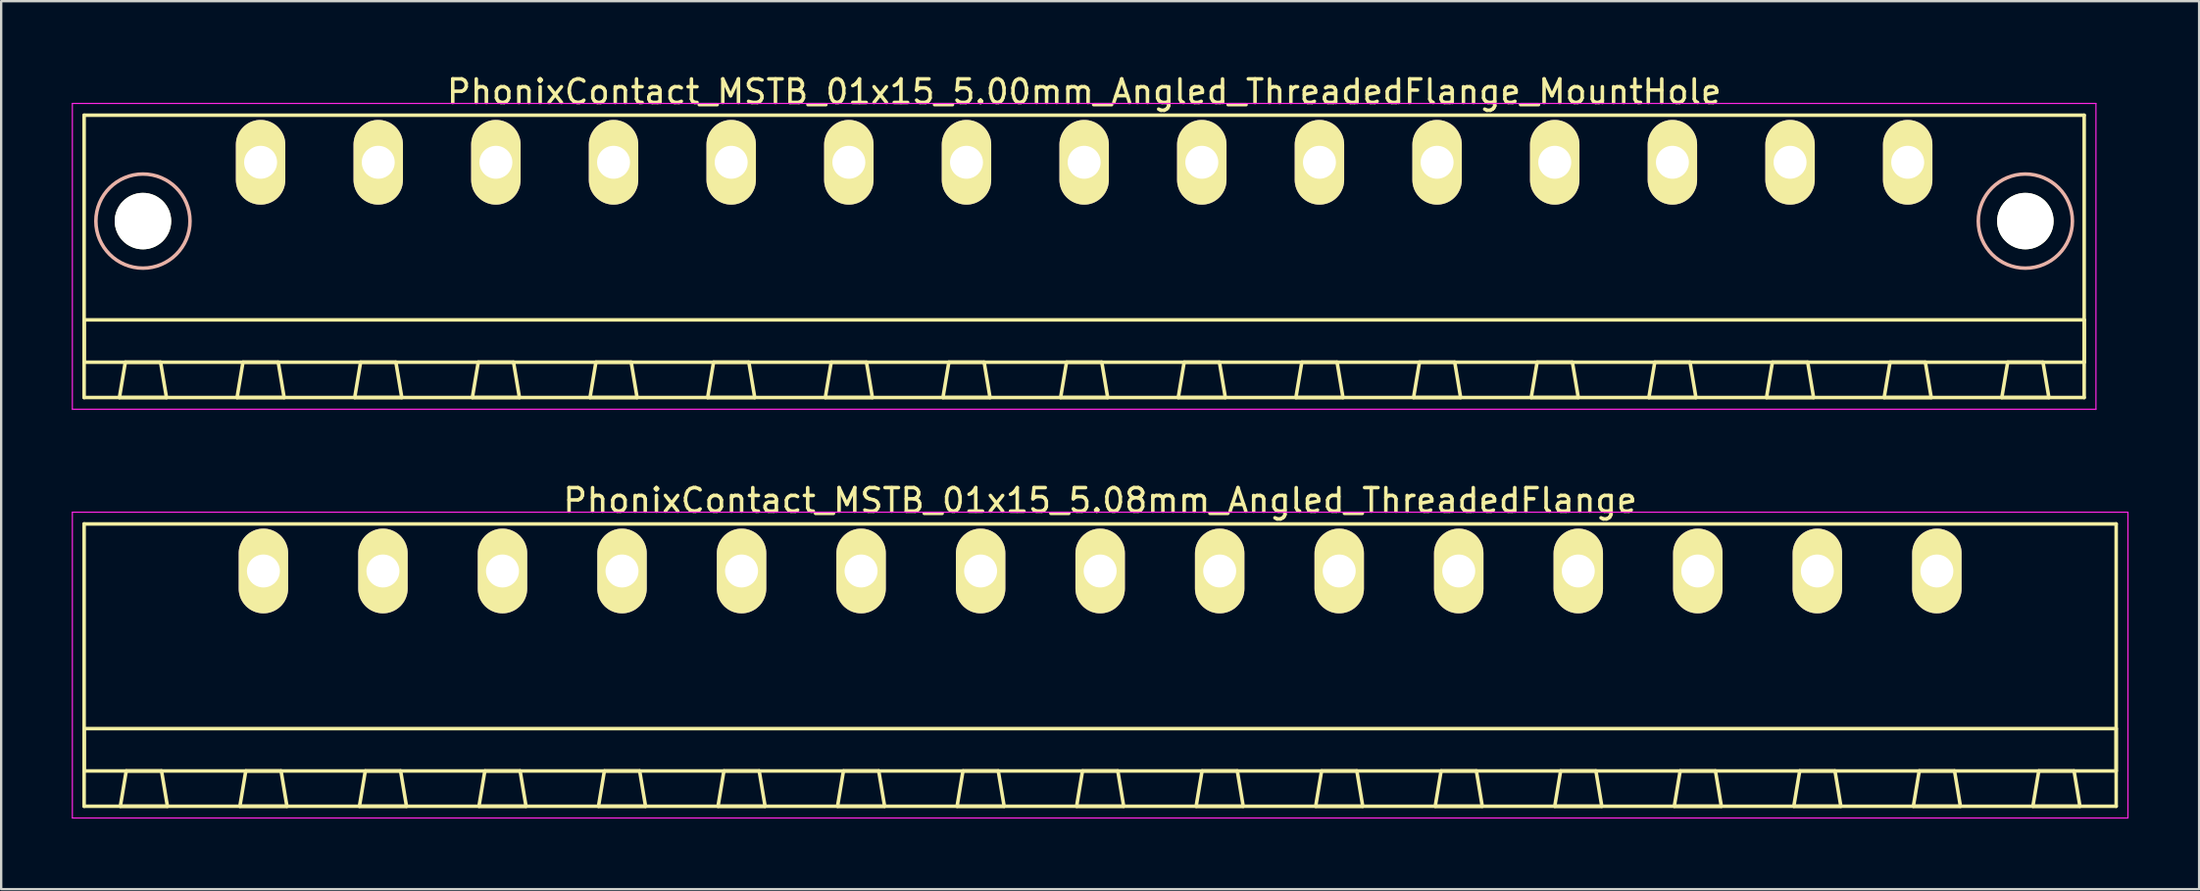
<source format=kicad_pcb>
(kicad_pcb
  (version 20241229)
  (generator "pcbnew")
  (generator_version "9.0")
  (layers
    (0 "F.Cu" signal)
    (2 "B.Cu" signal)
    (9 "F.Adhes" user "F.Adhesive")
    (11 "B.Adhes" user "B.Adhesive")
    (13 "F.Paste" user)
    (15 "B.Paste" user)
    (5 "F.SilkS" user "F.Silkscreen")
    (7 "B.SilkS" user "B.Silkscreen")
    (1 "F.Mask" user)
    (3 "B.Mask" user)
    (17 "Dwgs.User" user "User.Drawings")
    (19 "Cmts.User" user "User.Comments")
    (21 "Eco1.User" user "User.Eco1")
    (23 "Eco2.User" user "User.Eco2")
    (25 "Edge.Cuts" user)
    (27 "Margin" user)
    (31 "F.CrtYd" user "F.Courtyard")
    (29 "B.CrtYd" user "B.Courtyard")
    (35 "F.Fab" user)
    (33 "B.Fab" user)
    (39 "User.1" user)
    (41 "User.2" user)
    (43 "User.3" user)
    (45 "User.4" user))
  (footprint "PhonixContact_MSTB_01x15_5.08mm_Angled_ThreadedFlange"
    (layer "F.Cu")
    (at 8.145 21.221)
    (property "Reference" "PhonixContact_MSTB_01x15_5.08mm_Angled_ThreadedFlange" (at 35.56 -3 0) (layer "F.SilkS") (effects (font (size 1 1) (thickness 0.15))))
    (attr through_hole)
    (fp_line (start -7.62 -2) (end -7.62 10) (stroke (width 0.15) (type solid)) (layer "F.SilkS"))
    (fp_line (start -7.62 6.7) (end 78.74 6.7) (stroke (width 0.15) (type solid)) (layer "F.SilkS"))
    (fp_line (start -7.62 8.5) (end -7.62 6.7) (stroke (width 0.15) (type solid)) (layer "F.SilkS"))
    (fp_line (start -7.62 10) (end 78.74 10) (stroke (width 0.15) (type solid)) (layer "F.SilkS"))
    (fp_line (start -6.08 10) (end -4.08 10) (stroke (width 0.15) (type solid)) (layer "F.SilkS"))
    (fp_line (start -5.83 8.5) (end -6.08 10) (stroke (width 0.15) (type solid)) (layer "F.SilkS"))
    (fp_line (start -4.33 8.5) (end -5.83 8.5) (stroke (width 0.15) (type solid)) (layer "F.SilkS"))
    (fp_line (start -4.08 10) (end -4.33 8.5) (stroke (width 0.15) (type solid)) (layer "F.SilkS"))
    (fp_line (start -1 10) (end 1 10) (stroke (width 0.15) (type solid)) (layer "F.SilkS"))
    (fp_line (start -0.75 8.5) (end -1 10) (stroke (width 0.15) (type solid)) (layer "F.SilkS"))
    (fp_line (start 0.75 8.5) (end -0.75 8.5) (stroke (width 0.15) (type solid)) (layer "F.SilkS"))
    (fp_line (start 1 10) (end 0.75 8.5) (stroke (width 0.15) (type solid)) (layer "F.SilkS"))
    (fp_line (start 4.08 10) (end 6.08 10) (stroke (width 0.15) (type solid)) (layer "F.SilkS"))
    (fp_line (start 4.33 8.5) (end 4.08 10) (stroke (width 0.15) (type solid)) (layer "F.SilkS"))
    (fp_line (start 5.83 8.5) (end 4.33 8.5) (stroke (width 0.15) (type solid)) (layer "F.SilkS"))
    (fp_line (start 6.08 10) (end 5.83 8.5) (stroke (width 0.15) (type solid)) (layer "F.SilkS"))
    (fp_line (start 9.16 10) (end 11.16 10) (stroke (width 0.15) (type solid)) (layer "F.SilkS"))
    (fp_line (start 9.41 8.5) (end 9.16 10) (stroke (width 0.15) (type solid)) (layer "F.SilkS"))
    (fp_line (start 10.91 8.5) (end 9.41 8.5) (stroke (width 0.15) (type solid)) (layer "F.SilkS"))
    (fp_line (start 11.16 10) (end 10.91 8.5) (stroke (width 0.15) (type solid)) (layer "F.SilkS"))
    (fp_line (start 14.24 10) (end 16.24 10) (stroke (width 0.15) (type solid)) (layer "F.SilkS"))
    (fp_line (start 14.49 8.5) (end 14.24 10) (stroke (width 0.15) (type solid)) (layer "F.SilkS"))
    (fp_line (start 15.99 8.5) (end 14.49 8.5) (stroke (width 0.15) (type solid)) (layer "F.SilkS"))
    (fp_line (start 16.24 10) (end 15.99 8.5) (stroke (width 0.15) (type solid)) (layer "F.SilkS"))
    (fp_line (start 19.32 10) (end 21.32 10) (stroke (width 0.15) (type solid)) (layer "F.SilkS"))
    (fp_line (start 19.57 8.5) (end 19.32 10) (stroke (width 0.15) (type solid)) (layer "F.SilkS"))
    (fp_line (start 21.07 8.5) (end 19.57 8.5) (stroke (width 0.15) (type solid)) (layer "F.SilkS"))
    (fp_line (start 21.32 10) (end 21.07 8.5) (stroke (width 0.15) (type solid)) (layer "F.SilkS"))
    (fp_line (start 24.4 10) (end 26.4 10) (stroke (width 0.15) (type solid)) (layer "F.SilkS"))
    (fp_line (start 24.65 8.5) (end 24.4 10) (stroke (width 0.15) (type solid)) (layer "F.SilkS"))
    (fp_line (start 26.15 8.5) (end 24.65 8.5) (stroke (width 0.15) (type solid)) (layer "F.SilkS"))
    (fp_line (start 26.4 10) (end 26.15 8.5) (stroke (width 0.15) (type solid)) (layer "F.SilkS"))
    (fp_line (start 29.48 10) (end 31.48 10) (stroke (width 0.15) (type solid)) (layer "F.SilkS"))
    (fp_line (start 29.73 8.5) (end 29.48 10) (stroke (width 0.15) (type solid)) (layer "F.SilkS"))
    (fp_line (start 31.23 8.5) (end 29.73 8.5) (stroke (width 0.15) (type solid)) (layer "F.SilkS"))
    (fp_line (start 31.48 10) (end 31.23 8.5) (stroke (width 0.15) (type solid)) (layer "F.SilkS"))
    (fp_line (start 34.56 10) (end 36.56 10) (stroke (width 0.15) (type solid)) (layer "F.SilkS"))
    (fp_line (start 34.81 8.5) (end 34.56 10) (stroke (width 0.15) (type solid)) (layer "F.SilkS"))
    (fp_line (start 36.31 8.5) (end 34.81 8.5) (stroke (width 0.15) (type solid)) (layer "F.SilkS"))
    (fp_line (start 36.56 10) (end 36.31 8.5) (stroke (width 0.15) (type solid)) (layer "F.SilkS"))
    (fp_line (start 39.64 10) (end 41.64 10) (stroke (width 0.15) (type solid)) (layer "F.SilkS"))
    (fp_line (start 39.89 8.5) (end 39.64 10) (stroke (width 0.15) (type solid)) (layer "F.SilkS"))
    (fp_line (start 41.39 8.5) (end 39.89 8.5) (stroke (width 0.15) (type solid)) (layer "F.SilkS"))
    (fp_line (start 41.64 10) (end 41.39 8.5) (stroke (width 0.15) (type solid)) (layer "F.SilkS"))
    (fp_line (start 44.72 10) (end 46.72 10) (stroke (width 0.15) (type solid)) (layer "F.SilkS"))
    (fp_line (start 44.97 8.5) (end 44.72 10) (stroke (width 0.15) (type solid)) (layer "F.SilkS"))
    (fp_line (start 46.47 8.5) (end 44.97 8.5) (stroke (width 0.15) (type solid)) (layer "F.SilkS"))
    (fp_line (start 46.72 10) (end 46.47 8.5) (stroke (width 0.15) (type solid)) (layer "F.SilkS"))
    (fp_line (start 49.8 10) (end 51.8 10) (stroke (width 0.15) (type solid)) (layer "F.SilkS"))
    (fp_line (start 50.05 8.5) (end 49.8 10) (stroke (width 0.15) (type solid)) (layer "F.SilkS"))
    (fp_line (start 51.55 8.5) (end 50.05 8.5) (stroke (width 0.15) (type solid)) (layer "F.SilkS"))
    (fp_line (start 51.8 10) (end 51.55 8.5) (stroke (width 0.15) (type solid)) (layer "F.SilkS"))
    (fp_line (start 54.88 10) (end 56.88 10) (stroke (width 0.15) (type solid)) (layer "F.SilkS"))
    (fp_line (start 55.13 8.5) (end 54.88 10) (stroke (width 0.15) (type solid)) (layer "F.SilkS"))
    (fp_line (start 56.63 8.5) (end 55.13 8.5) (stroke (width 0.15) (type solid)) (layer "F.SilkS"))
    (fp_line (start 56.88 10) (end 56.63 8.5) (stroke (width 0.15) (type solid)) (layer "F.SilkS"))
    (fp_line (start 59.96 10) (end 61.96 10) (stroke (width 0.15) (type solid)) (layer "F.SilkS"))
    (fp_line (start 60.21 8.5) (end 59.96 10) (stroke (width 0.15) (type solid)) (layer "F.SilkS"))
    (fp_line (start 61.71 8.5) (end 60.21 8.5) (stroke (width 0.15) (type solid)) (layer "F.SilkS"))
    (fp_line (start 61.96 10) (end 61.71 8.5) (stroke (width 0.15) (type solid)) (layer "F.SilkS"))
    (fp_line (start 65.04 10) (end 67.04 10) (stroke (width 0.15) (type solid)) (layer "F.SilkS"))
    (fp_line (start 65.29 8.5) (end 65.04 10) (stroke (width 0.15) (type solid)) (layer "F.SilkS"))
    (fp_line (start 66.79 8.5) (end 65.29 8.5) (stroke (width 0.15) (type solid)) (layer "F.SilkS"))
    (fp_line (start 67.04 10) (end 66.79 8.5) (stroke (width 0.15) (type solid)) (layer "F.SilkS"))
    (fp_line (start 70.12 10) (end 72.12 10) (stroke (width 0.15) (type solid)) (layer "F.SilkS"))
    (fp_line (start 70.37 8.5) (end 70.12 10) (stroke (width 0.15) (type solid)) (layer "F.SilkS"))
    (fp_line (start 71.87 8.5) (end 70.37 8.5) (stroke (width 0.15) (type solid)) (layer "F.SilkS"))
    (fp_line (start 72.12 10) (end 71.87 8.5) (stroke (width 0.15) (type solid)) (layer "F.SilkS"))
    (fp_line (start 75.2 10) (end 77.2 10) (stroke (width 0.15) (type solid)) (layer "F.SilkS"))
    (fp_line (start 75.45 8.5) (end 75.2 10) (stroke (width 0.15) (type solid)) (layer "F.SilkS"))
    (fp_line (start 76.95 8.5) (end 75.45 8.5) (stroke (width 0.15) (type solid)) (layer "F.SilkS"))
    (fp_line (start 77.2 10) (end 76.95 8.5) (stroke (width 0.15) (type solid)) (layer "F.SilkS"))
    (fp_line (start 78.74 -2) (end -7.62 -2) (stroke (width 0.15) (type solid)) (layer "F.SilkS"))
    (fp_line (start 78.74 6.7) (end 78.74 8.5) (stroke (width 0.15) (type solid)) (layer "F.SilkS"))
    (fp_line (start 78.74 8.5) (end -7.62 8.5) (stroke (width 0.15) (type solid)) (layer "F.SilkS"))
    (fp_line (start 78.74 10) (end 78.74 -2) (stroke (width 0.15) (type solid)) (layer "F.SilkS"))
    (fp_line (start -8.12 -2.5) (end -8.12 10.5) (stroke (width 0.05) (type solid)) (layer "F.CrtYd"))
    (fp_line (start -8.12 10.5) (end 79.24 10.5) (stroke (width 0.05) (type solid)) (layer "F.CrtYd"))
    (fp_line (start 79.24 -2.5) (end -8.12 -2.5) (stroke (width 0.05) (type solid)) (layer "F.CrtYd"))
    (fp_line (start 79.24 10.5) (end 79.24 -2.5) (stroke (width 0.05) (type solid)) (layer "F.CrtYd"))
    (pad "1" thru_hole oval (at 0 0) (size 2.1 3.6) (drill 1.4) (layers "*.Cu" "*.Mask" "F.SilkS"))
    (pad "2" thru_hole oval (at 5.08 0) (size 2.1 3.6) (drill 1.4) (layers "*.Cu" "*.Mask" "F.SilkS"))
    (pad "3" thru_hole oval (at 10.16 0) (size 2.1 3.6) (drill 1.4) (layers "*.Cu" "*.Mask" "F.SilkS"))
    (pad "4" thru_hole oval (at 15.24 0) (size 2.1 3.6) (drill 1.4) (layers "*.Cu" "*.Mask" "F.SilkS"))
    (pad "5" thru_hole oval (at 20.32 0) (size 2.1 3.6) (drill 1.4) (layers "*.Cu" "*.Mask" "F.SilkS"))
    (pad "6" thru_hole oval (at 25.4 0) (size 2.1 3.6) (drill 1.4) (layers "*.Cu" "*.Mask" "F.SilkS"))
    (pad "7" thru_hole oval (at 30.48 0) (size 2.1 3.6) (drill 1.4) (layers "*.Cu" "*.Mask" "F.SilkS"))
    (pad "8" thru_hole oval (at 35.56 0) (size 2.1 3.6) (drill 1.4) (layers "*.Cu" "*.Mask" "F.SilkS"))
    (pad "9" thru_hole oval (at 40.64 0) (size 2.1 3.6) (drill 1.4) (layers "*.Cu" "*.Mask" "F.SilkS"))
    (pad "10" thru_hole oval (at 45.72 0) (size 2.1 3.6) (drill 1.4) (layers "*.Cu" "*.Mask" "F.SilkS"))
    (pad "11" thru_hole oval (at 50.8 0) (size 2.1 3.6) (drill 1.4) (layers "*.Cu" "*.Mask" "F.SilkS"))
    (pad "12" thru_hole oval (at 55.88 0) (size 2.1 3.6) (drill 1.4) (layers "*.Cu" "*.Mask" "F.SilkS"))
    (pad "13" thru_hole oval (at 60.96 0) (size 2.1 3.6) (drill 1.4) (layers "*.Cu" "*.Mask" "F.SilkS"))
    (pad "14" thru_hole oval (at 66.04 0) (size 2.1 3.6) (drill 1.4) (layers "*.Cu" "*.Mask" "F.SilkS"))
    (pad "15" thru_hole oval (at 71.12 0) (size 2.1 3.6) (drill 1.4) (layers "*.Cu" "*.Mask" "F.SilkS")))
  (footprint "PhonixContact_MSTB_01x15_5.00mm_Angled_ThreadedFlange_MountHole"
    (layer "F.Cu")
    (at 8.025 3.848)
    (property "Reference" "PhonixContact_MSTB_01x15_5.00mm_Angled_ThreadedFlange_MountHole" (at 35 -3 0) (layer "F.SilkS") (effects (font (size 1 1) (thickness 0.15))))
    (attr through_hole)
    (fp_line (start -7.5 -2) (end -7.5 10) (stroke (width 0.15) (type solid)) (layer "F.SilkS"))
    (fp_line (start -7.5 6.7) (end 77.5 6.7) (stroke (width 0.15) (type solid)) (layer "F.SilkS"))
    (fp_line (start -7.5 8.5) (end -7.5 6.7) (stroke (width 0.15) (type solid)) (layer "F.SilkS"))
    (fp_line (start -7.5 10) (end 77.5 10) (stroke (width 0.15) (type solid)) (layer "F.SilkS"))
    (fp_line (start -6 10) (end -4 10) (stroke (width 0.15) (type solid)) (layer "F.SilkS"))
    (fp_line (start -5.75 8.5) (end -6 10) (stroke (width 0.15) (type solid)) (layer "F.SilkS"))
    (fp_line (start -4.25 8.5) (end -5.75 8.5) (stroke (width 0.15) (type solid)) (layer "F.SilkS"))
    (fp_line (start -4 10) (end -4.25 8.5) (stroke (width 0.15) (type solid)) (layer "F.SilkS"))
    (fp_line (start -1 10) (end 1 10) (stroke (width 0.15) (type solid)) (layer "F.SilkS"))
    (fp_line (start -0.75 8.5) (end -1 10) (stroke (width 0.15) (type solid)) (layer "F.SilkS"))
    (fp_line (start 0.75 8.5) (end -0.75 8.5) (stroke (width 0.15) (type solid)) (layer "F.SilkS"))
    (fp_line (start 1 10) (end 0.75 8.5) (stroke (width 0.15) (type solid)) (layer "F.SilkS"))
    (fp_line (start 4 10) (end 6 10) (stroke (width 0.15) (type solid)) (layer "F.SilkS"))
    (fp_line (start 4.25 8.5) (end 4 10) (stroke (width 0.15) (type solid)) (layer "F.SilkS"))
    (fp_line (start 5.75 8.5) (end 4.25 8.5) (stroke (width 0.15) (type solid)) (layer "F.SilkS"))
    (fp_line (start 6 10) (end 5.75 8.5) (stroke (width 0.15) (type solid)) (layer "F.SilkS"))
    (fp_line (start 9 10) (end 11 10) (stroke (width 0.15) (type solid)) (layer "F.SilkS"))
    (fp_line (start 9.25 8.5) (end 9 10) (stroke (width 0.15) (type solid)) (layer "F.SilkS"))
    (fp_line (start 10.75 8.5) (end 9.25 8.5) (stroke (width 0.15) (type solid)) (layer "F.SilkS"))
    (fp_line (start 11 10) (end 10.75 8.5) (stroke (width 0.15) (type solid)) (layer "F.SilkS"))
    (fp_line (start 14 10) (end 16 10) (stroke (width 0.15) (type solid)) (layer "F.SilkS"))
    (fp_line (start 14.25 8.5) (end 14 10) (stroke (width 0.15) (type solid)) (layer "F.SilkS"))
    (fp_line (start 15.75 8.5) (end 14.25 8.5) (stroke (width 0.15) (type solid)) (layer "F.SilkS"))
    (fp_line (start 16 10) (end 15.75 8.5) (stroke (width 0.15) (type solid)) (layer "F.SilkS"))
    (fp_line (start 19 10) (end 21 10) (stroke (width 0.15) (type solid)) (layer "F.SilkS"))
    (fp_line (start 19.25 8.5) (end 19 10) (stroke (width 0.15) (type solid)) (layer "F.SilkS"))
    (fp_line (start 20.75 8.5) (end 19.25 8.5) (stroke (width 0.15) (type solid)) (layer "F.SilkS"))
    (fp_line (start 21 10) (end 20.75 8.5) (stroke (width 0.15) (type solid)) (layer "F.SilkS"))
    (fp_line (start 24 10) (end 26 10) (stroke (width 0.15) (type solid)) (layer "F.SilkS"))
    (fp_line (start 24.25 8.5) (end 24 10) (stroke (width 0.15) (type solid)) (layer "F.SilkS"))
    (fp_line (start 25.75 8.5) (end 24.25 8.5) (stroke (width 0.15) (type solid)) (layer "F.SilkS"))
    (fp_line (start 26 10) (end 25.75 8.5) (stroke (width 0.15) (type solid)) (layer "F.SilkS"))
    (fp_line (start 29 10) (end 31 10) (stroke (width 0.15) (type solid)) (layer "F.SilkS"))
    (fp_line (start 29.25 8.5) (end 29 10) (stroke (width 0.15) (type solid)) (layer "F.SilkS"))
    (fp_line (start 30.75 8.5) (end 29.25 8.5) (stroke (width 0.15) (type solid)) (layer "F.SilkS"))
    (fp_line (start 31 10) (end 30.75 8.5) (stroke (width 0.15) (type solid)) (layer "F.SilkS"))
    (fp_line (start 34 10) (end 36 10) (stroke (width 0.15) (type solid)) (layer "F.SilkS"))
    (fp_line (start 34.25 8.5) (end 34 10) (stroke (width 0.15) (type solid)) (layer "F.SilkS"))
    (fp_line (start 35.75 8.5) (end 34.25 8.5) (stroke (width 0.15) (type solid)) (layer "F.SilkS"))
    (fp_line (start 36 10) (end 35.75 8.5) (stroke (width 0.15) (type solid)) (layer "F.SilkS"))
    (fp_line (start 39 10) (end 41 10) (stroke (width 0.15) (type solid)) (layer "F.SilkS"))
    (fp_line (start 39.25 8.5) (end 39 10) (stroke (width 0.15) (type solid)) (layer "F.SilkS"))
    (fp_line (start 40.75 8.5) (end 39.25 8.5) (stroke (width 0.15) (type solid)) (layer "F.SilkS"))
    (fp_line (start 41 10) (end 40.75 8.5) (stroke (width 0.15) (type solid)) (layer "F.SilkS"))
    (fp_line (start 44 10) (end 46 10) (stroke (width 0.15) (type solid)) (layer "F.SilkS"))
    (fp_line (start 44.25 8.5) (end 44 10) (stroke (width 0.15) (type solid)) (layer "F.SilkS"))
    (fp_line (start 45.75 8.5) (end 44.25 8.5) (stroke (width 0.15) (type solid)) (layer "F.SilkS"))
    (fp_line (start 46 10) (end 45.75 8.5) (stroke (width 0.15) (type solid)) (layer "F.SilkS"))
    (fp_line (start 49 10) (end 51 10) (stroke (width 0.15) (type solid)) (layer "F.SilkS"))
    (fp_line (start 49.25 8.5) (end 49 10) (stroke (width 0.15) (type solid)) (layer "F.SilkS"))
    (fp_line (start 50.75 8.5) (end 49.25 8.5) (stroke (width 0.15) (type solid)) (layer "F.SilkS"))
    (fp_line (start 51 10) (end 50.75 8.5) (stroke (width 0.15) (type solid)) (layer "F.SilkS"))
    (fp_line (start 54 10) (end 56 10) (stroke (width 0.15) (type solid)) (layer "F.SilkS"))
    (fp_line (start 54.25 8.5) (end 54 10) (stroke (width 0.15) (type solid)) (layer "F.SilkS"))
    (fp_line (start 55.75 8.5) (end 54.25 8.5) (stroke (width 0.15) (type solid)) (layer "F.SilkS"))
    (fp_line (start 56 10) (end 55.75 8.5) (stroke (width 0.15) (type solid)) (layer "F.SilkS"))
    (fp_line (start 59 10) (end 61 10) (stroke (width 0.15) (type solid)) (layer "F.SilkS"))
    (fp_line (start 59.25 8.5) (end 59 10) (stroke (width 0.15) (type solid)) (layer "F.SilkS"))
    (fp_line (start 60.75 8.5) (end 59.25 8.5) (stroke (width 0.15) (type solid)) (layer "F.SilkS"))
    (fp_line (start 61 10) (end 60.75 8.5) (stroke (width 0.15) (type solid)) (layer "F.SilkS"))
    (fp_line (start 64 10) (end 66 10) (stroke (width 0.15) (type solid)) (layer "F.SilkS"))
    (fp_line (start 64.25 8.5) (end 64 10) (stroke (width 0.15) (type solid)) (layer "F.SilkS"))
    (fp_line (start 65.75 8.5) (end 64.25 8.5) (stroke (width 0.15) (type solid)) (layer "F.SilkS"))
    (fp_line (start 66 10) (end 65.75 8.5) (stroke (width 0.15) (type solid)) (layer "F.SilkS"))
    (fp_line (start 69 10) (end 71 10) (stroke (width 0.15) (type solid)) (layer "F.SilkS"))
    (fp_line (start 69.25 8.5) (end 69 10) (stroke (width 0.15) (type solid)) (layer "F.SilkS"))
    (fp_line (start 70.75 8.5) (end 69.25 8.5) (stroke (width 0.15) (type solid)) (layer "F.SilkS"))
    (fp_line (start 71 10) (end 70.75 8.5) (stroke (width 0.15) (type solid)) (layer "F.SilkS"))
    (fp_line (start 74 10) (end 76 10) (stroke (width 0.15) (type solid)) (layer "F.SilkS"))
    (fp_line (start 74.25 8.5) (end 74 10) (stroke (width 0.15) (type solid)) (layer "F.SilkS"))
    (fp_line (start 75.75 8.5) (end 74.25 8.5) (stroke (width 0.15) (type solid)) (layer "F.SilkS"))
    (fp_line (start 76 10) (end 75.75 8.5) (stroke (width 0.15) (type solid)) (layer "F.SilkS"))
    (fp_line (start 77.5 -2) (end -7.5 -2) (stroke (width 0.15) (type solid)) (layer "F.SilkS"))
    (fp_line (start 77.5 6.7) (end 77.5 8.5) (stroke (width 0.15) (type solid)) (layer "F.SilkS"))
    (fp_line (start 77.5 8.5) (end -7.5 8.5) (stroke (width 0.15) (type solid)) (layer "F.SilkS"))
    (fp_line (start 77.5 10) (end 77.5 -2) (stroke (width 0.15) (type solid)) (layer "F.SilkS"))
    (fp_circle (center -5 2.5) (end -3 2.5) (stroke (width 0.15) (type solid)) (fill no) (layer "B.SilkS"))
    (fp_circle (center 75 2.5) (end 77 2.5) (stroke (width 0.15) (type solid)) (fill no) (layer "B.SilkS"))
    (fp_line (start -8 -2.5) (end -8 10.5) (stroke (width 0.05) (type solid)) (layer "F.CrtYd"))
    (fp_line (start -8 10.5) (end 78 10.5) (stroke (width 0.05) (type solid)) (layer "F.CrtYd"))
    (fp_line (start 78 -2.5) (end -8 -2.5) (stroke (width 0.05) (type solid)) (layer "F.CrtYd"))
    (fp_line (start 78 10.5) (end 78 -2.5) (stroke (width 0.05) (type solid)) (layer "F.CrtYd"))
    (pad "" np_thru_hole circle (at -5 2.5) (size 2.4 2.4) (drill 2.4) (layers "*.Cu" "*.Mask" "F.SilkS"))
    (pad "" np_thru_hole circle (at 75 2.5) (size 2.4 2.4) (drill 2.4) (layers "*.Cu" "*.Mask" "F.SilkS"))
    (pad "1" thru_hole oval (at 0 0) (size 2.1 3.6) (drill 1.4) (layers "*.Cu" "*.Mask" "F.SilkS"))
    (pad "2" thru_hole oval (at 5 0) (size 2.1 3.6) (drill 1.4) (layers "*.Cu" "*.Mask" "F.SilkS"))
    (pad "3" thru_hole oval (at 10 0) (size 2.1 3.6) (drill 1.4) (layers "*.Cu" "*.Mask" "F.SilkS"))
    (pad "4" thru_hole oval (at 15 0) (size 2.1 3.6) (drill 1.4) (layers "*.Cu" "*.Mask" "F.SilkS"))
    (pad "5" thru_hole oval (at 20 0) (size 2.1 3.6) (drill 1.4) (layers "*.Cu" "*.Mask" "F.SilkS"))
    (pad "6" thru_hole oval (at 25 0) (size 2.1 3.6) (drill 1.4) (layers "*.Cu" "*.Mask" "F.SilkS"))
    (pad "7" thru_hole oval (at 30 0) (size 2.1 3.6) (drill 1.4) (layers "*.Cu" "*.Mask" "F.SilkS"))
    (pad "8" thru_hole oval (at 35 0) (size 2.1 3.6) (drill 1.4) (layers "*.Cu" "*.Mask" "F.SilkS"))
    (pad "9" thru_hole oval (at 40 0) (size 2.1 3.6) (drill 1.4) (layers "*.Cu" "*.Mask" "F.SilkS"))
    (pad "10" thru_hole oval (at 45 0) (size 2.1 3.6) (drill 1.4) (layers "*.Cu" "*.Mask" "F.SilkS"))
    (pad "11" thru_hole oval (at 50 0) (size 2.1 3.6) (drill 1.4) (layers "*.Cu" "*.Mask" "F.SilkS"))
    (pad "12" thru_hole oval (at 55 0) (size 2.1 3.6) (drill 1.4) (layers "*.Cu" "*.Mask" "F.SilkS"))
    (pad "13" thru_hole oval (at 60 0) (size 2.1 3.6) (drill 1.4) (layers "*.Cu" "*.Mask" "F.SilkS"))
    (pad "14" thru_hole oval (at 65 0) (size 2.1 3.6) (drill 1.4) (layers "*.Cu" "*.Mask" "F.SilkS"))
    (pad "15" thru_hole oval (at 70 0) (size 2.1 3.6) (drill 1.4) (layers "*.Cu" "*.Mask" "F.SilkS")))
  (gr_rect
    (start -3 -3)
    (end 90.41 34.746)
    (stroke (width 0.1) (type default))
    (fill no)
    (layer "Edge.Cuts")))
</source>
